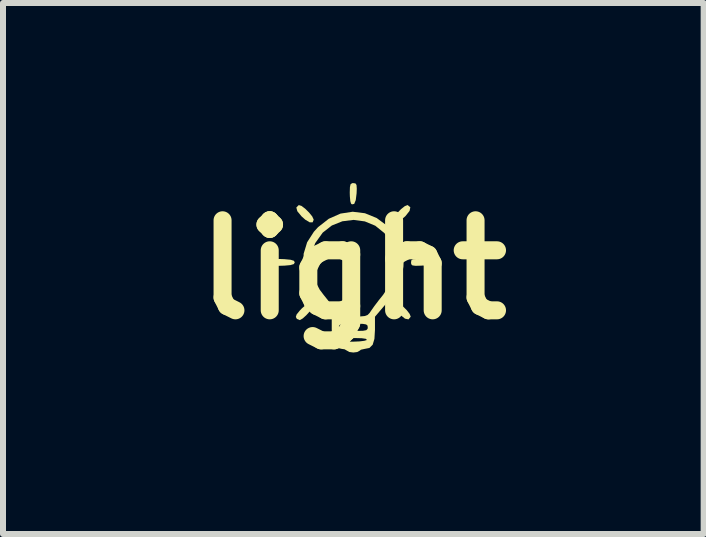
<source format=kicad_pcb>
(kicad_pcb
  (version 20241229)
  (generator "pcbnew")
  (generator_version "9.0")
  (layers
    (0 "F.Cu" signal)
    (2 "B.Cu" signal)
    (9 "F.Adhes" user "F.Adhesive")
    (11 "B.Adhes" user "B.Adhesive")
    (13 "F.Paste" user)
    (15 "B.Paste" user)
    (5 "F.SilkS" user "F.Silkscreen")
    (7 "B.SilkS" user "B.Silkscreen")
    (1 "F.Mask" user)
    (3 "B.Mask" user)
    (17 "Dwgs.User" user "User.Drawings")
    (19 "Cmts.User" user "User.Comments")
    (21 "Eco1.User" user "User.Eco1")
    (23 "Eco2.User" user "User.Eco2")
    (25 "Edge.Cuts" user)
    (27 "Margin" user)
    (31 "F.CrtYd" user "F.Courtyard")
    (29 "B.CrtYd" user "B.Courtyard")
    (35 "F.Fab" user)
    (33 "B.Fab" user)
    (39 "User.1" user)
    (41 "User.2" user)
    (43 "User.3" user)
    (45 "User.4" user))
  (footprint "light"
    (layer "F.Cu")
    (at 2.836 1.441)
    (property "Reference" "light" (at 0 0 0) (layer "F.SilkS") (effects (font (size 1.5 1.5) (thickness 0.3))))
    (attr board_only exclude_from_pos_files exclude_from_bom)
    (fp_poly (pts (xy -1.148 -0.174) (xy -1.045 -0.164) (xy -0.99 -0.147) (xy -0.976 -0.12) (xy -0.992 -0.092) (xy -1.049 -0.075) (xy -1.148 -0.066) (xy -1.246 -0.063) (xy -1.298 -0.07) (xy -1.318 -0.09) (xy -1.321 -0.12) (xy -1.316 -0.155) (xy -1.29 -0.173) (xy -1.23 -0.177)) (stroke (width 0) (type solid)) (fill yes) (layer "F.SilkS"))
    (fp_poly (pts (xy -0.864 -1.061) (xy -0.803 -1.015) (xy -0.738 -0.951) (xy -0.685 -0.886) (xy -0.661 -0.833) (xy -0.661 -0.829) (xy -0.679 -0.787) (xy -0.728 -0.788) (xy -0.8 -0.831) (xy -0.861 -0.885) (xy -0.933 -0.972) (xy -0.95 -1.034) (xy -0.913 -1.072) (xy -0.906 -1.074)) (stroke (width 0) (type solid)) (fill yes) (layer "F.SilkS"))
    (fp_poly (pts (xy 0.758 0.561) (xy 0.823 0.61) (xy 0.888 0.674) (xy 0.937 0.737) (xy 0.955 0.782) (xy 0.954 0.786) (xy 0.919 0.829) (xy 0.86 0.817) (xy 0.778 0.751) (xy 0.764 0.736) (xy 0.692 0.647) (xy 0.663 0.582) (xy 0.679 0.546) (xy 0.709 0.54)) (stroke (width 0) (type solid)) (fill yes) (layer "F.SilkS"))
    (fp_poly (pts (xy 0.906 -1.074) (xy 0.949 -1.039) (xy 0.937 -0.979) (xy 0.871 -0.895) (xy 0.861 -0.885) (xy 0.778 -0.815) (xy 0.711 -0.784) (xy 0.67 -0.794) (xy 0.661 -0.829) (xy 0.681 -0.878) (xy 0.731 -0.943) (xy 0.795 -1.008) (xy 0.857 -1.057) (xy 0.902 -1.075)) (stroke (width 0) (type solid)) (fill yes) (layer "F.SilkS"))
    (fp_poly (pts (xy 1.133 -0.174) (xy 1.237 -0.164) (xy 1.291 -0.147) (xy 1.306 -0.12) (xy 1.289 -0.092) (xy 1.233 -0.075) (xy 1.133 -0.066) (xy 1.036 -0.063) (xy 0.984 -0.07) (xy 0.964 -0.09) (xy 0.961 -0.12) (xy 0.966 -0.155) (xy 0.992 -0.173) (xy 1.052 -0.177)) (stroke (width 0) (type solid)) (fill yes) (layer "F.SilkS"))
    (fp_poly (pts (xy 0.036 -1.435) (xy 0.053 -1.409) (xy 0.057 -1.347) (xy 0.054 -1.271) (xy 0.04 -1.157) (xy 0.014 -1.094) (xy -0.023 -1.087) (xy -0.039 -1.1) (xy -0.051 -1.14) (xy -0.058 -1.219) (xy -0.06 -1.281) (xy -0.057 -1.375) (xy -0.046 -1.423) (xy -0.019 -1.44) (xy 0.001 -1.441)) (stroke (width 0) (type solid)) (fill yes) (layer "F.SilkS"))
    (fp_poly (pts (xy -0.671 0.586) (xy -0.667 0.595) (xy -0.68 0.634) (xy -0.724 0.694) (xy -0.784 0.76) (xy -0.844 0.814) (xy -0.889 0.84) (xy -0.893 0.841) (xy -0.939 0.822) (xy -0.941 0.821) (xy -0.958 0.788) (xy -0.945 0.747) (xy -0.893 0.683) (xy -0.856 0.644) (xy -0.77 0.57) (xy -0.709 0.551)) (stroke (width 0) (type solid)) (fill yes) (layer "F.SilkS"))
    (fp_poly (pts (xy 0.193 -0.939) (xy 0.389 -0.859) (xy 0.57 -0.725) (xy 0.588 -0.707) (xy 0.726 -0.536) (xy 0.808 -0.354) (xy 0.837 -0.15) (xy 0.833 -0.048) (xy 0.807 0.114) (xy 0.749 0.268) (xy 0.654 0.426) (xy 0.522 0.595) (xy 0.36 0.785) (xy 0.36 1.004) (xy 0.351 1.153) (xy 0.322 1.251) (xy 0.268 1.305) (xy 0.187 1.321) (xy 0.187 1.321) (xy 0.127 1.334) (xy 0.105 1.351) (xy 0.064 1.373) (xy 0 1.381) (xy -0.069 1.372) (xy -0.105 1.351) (xy -0.147 1.327) (xy -0.192 1.321) (xy -0.271 1.303) (xy -0.324 1.244) (xy -0.352 1.14) (xy -0.36 0.998) (xy -0.36 0.955) (xy -0.24 0.955) (xy -0.222 1.021) (xy -0.205 1.044) (xy -0.186 1.086) (xy -0.205 1.12) (xy -0.225 1.164) (xy -0.22 1.181) (xy -0.178 1.194) (xy -0.098 1.2) (xy 0.001 1.2) (xy 0.101 1.196) (xy 0.182 1.186) (xy 0.224 1.173) (xy 0.225 1.171) (xy 0.209 1.153) (xy 0.14 1.143) (xy 0.062 1.141) (xy -0.039 1.139) (xy -0.094 1.129) (xy -0.117 1.108) (xy -0.12 1.081) (xy -0.114 1.047) (xy -0.085 1.029) (xy -0.02 1.022) (xy 0.06 1.021) (xy 0.161 1.019) (xy 0.215 1.009) (xy 0.237 0.987) (xy 0.24 0.961) (xy 0.235 0.931) (xy 0.212 0.913) (xy 0.159 0.904) (xy 0.063 0.901) (xy 0 0.901) (xy -0.12 0.902) (xy -0.193 0.909) (xy -0.228 0.922) (xy -0.24 0.946) (xy -0.24 0.955) (xy -0.36 0.955) (xy -0.36 0.785) (xy -0.522 0.595) (xy -0.659 0.419) (xy -0.752 0.261) (xy -0.808 0.108) (xy -0.833 -0.048) (xy -0.833 -0.06) (xy -0.71 -0.06) (xy -0.663 0.139) (xy -0.56 0.335) (xy -0.496 0.42) (xy -0.416 0.52) (xy -0.343 0.616) (xy -0.297 0.683) (xy -0.263 0.732) (xy -0.229 0.761) (xy -0.178 0.775) (xy -0.096 0.78) (xy 0 0.781) (xy 0.118 0.78) (xy 0.192 0.773) (xy 0.237 0.756) (xy 0.27 0.723) (xy 0.297 0.683) (xy 0.349 0.609) (xy 0.423 0.511) (xy 0.496 0.42) (xy 0.623 0.227) (xy 0.695 0.029) (xy 0.712 -0.168) (xy 0.672 -0.358) (xy 0.576 -0.536) (xy 0.514 -0.611) (xy 0.365 -0.731) (xy 0.191 -0.803) (xy 0.004 -0.828) (xy -0.183 -0.805) (xy -0.358 -0.735) (xy -0.509 -0.617) (xy -0.514 -0.611) (xy -0.636 -0.44) (xy -0.701 -0.255) (xy -0.71 -0.06) (xy -0.833 -0.06) (xy -0.828 -0.264) (xy -0.77 -0.455) (xy -0.658 -0.63) (xy -0.588 -0.707) (xy -0.409 -0.847) (xy -0.214 -0.933) (xy -0.011 -0.964)) (stroke (width 0) (type solid)) (fill yes) (layer "F.SilkS")))
  (gr_rect
    (start -3 -3)
    (end 8.671 5.845)
    (stroke (width 0.1) (type default))
    (fill no)
    (layer "Edge.Cuts")))
</source>
